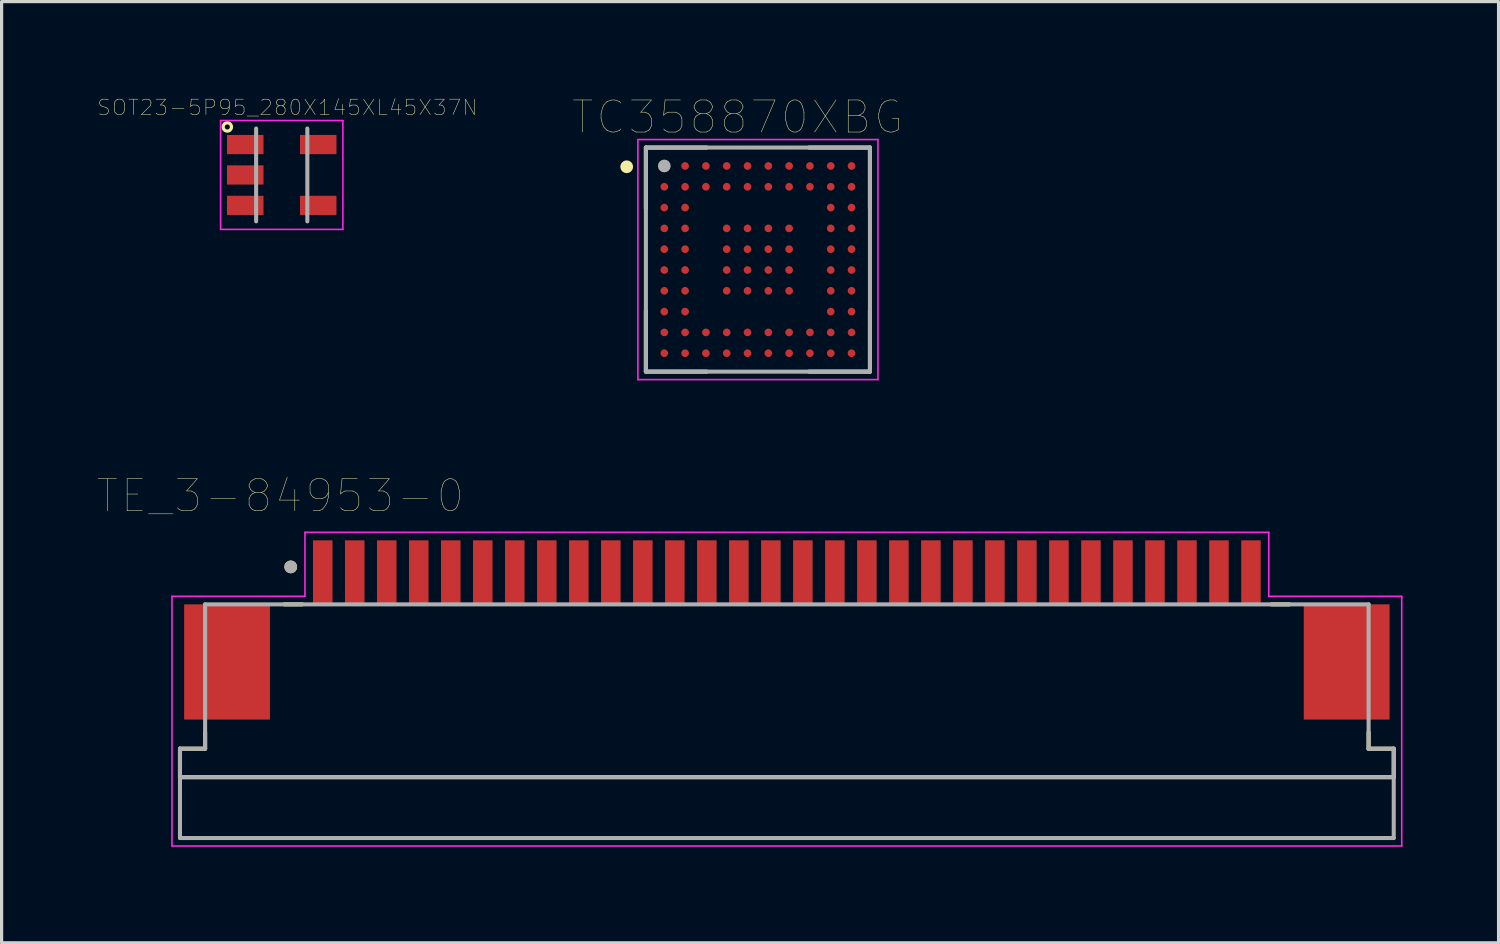
<source format=kicad_pcb>
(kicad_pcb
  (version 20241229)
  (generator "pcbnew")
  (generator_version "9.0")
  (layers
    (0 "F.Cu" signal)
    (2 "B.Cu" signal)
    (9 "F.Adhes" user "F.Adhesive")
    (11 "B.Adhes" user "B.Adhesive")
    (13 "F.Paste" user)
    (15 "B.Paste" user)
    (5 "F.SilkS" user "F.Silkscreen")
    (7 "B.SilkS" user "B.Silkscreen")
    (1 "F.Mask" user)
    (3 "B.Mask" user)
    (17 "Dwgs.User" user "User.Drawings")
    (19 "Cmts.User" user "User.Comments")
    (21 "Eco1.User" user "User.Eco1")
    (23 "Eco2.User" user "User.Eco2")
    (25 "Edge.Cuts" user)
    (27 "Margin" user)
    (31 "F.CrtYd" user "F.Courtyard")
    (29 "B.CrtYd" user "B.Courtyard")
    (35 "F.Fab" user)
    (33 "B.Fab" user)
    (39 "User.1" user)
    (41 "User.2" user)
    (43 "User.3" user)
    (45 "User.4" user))
  (footprint "TE_3-84953-0"
    (layer "F.Cu")
    (at 21.533 14.831)
    (property "Reference" "TE_3-84953-0" (at -15.825 -2.385 0) (layer "F.SilkS") (effects (font (size 1 1) (thickness 0.015))))
    (attr through_hole)
    (fp_line (start -18.96 6.4) (end -18.96 5.51) (stroke (width 0.127) (type solid)) (layer "F.SilkS"))
    (fp_line (start -18.175 5) (end -18.175 5.51) (stroke (width 0.127) (type solid)) (layer "F.SilkS"))
    (fp_line (start -18.175 5.51) (end -18.96 5.51) (stroke (width 0.127) (type solid)) (layer "F.SilkS"))
    (fp_line (start -15.7 1) (end -15.14 1) (stroke (width 0.127) (type solid)) (layer "F.SilkS"))
    (fp_line (start 15.14 1) (end 15.7 1) (stroke (width 0.127) (type solid)) (layer "F.SilkS"))
    (fp_line (start 18.175 5) (end 18.175 5.51) (stroke (width 0.127) (type solid)) (layer "F.SilkS"))
    (fp_line (start 18.96 5.51) (end 18.175 5.51) (stroke (width 0.127) (type solid)) (layer "F.SilkS"))
    (fp_line (start 18.96 5.51) (end 18.96 6.4) (stroke (width 0.127) (type solid)) (layer "F.SilkS"))
    (fp_line (start 18.96 6.4) (end -18.96 6.4) (stroke (width 0.127) (type solid)) (layer "F.SilkS"))
    (fp_circle (center -15.5 -0.17) (end -15.4 -0.17) (stroke (width 0.2) (type solid)) (fill no) (layer "F.SilkS"))
    (fp_line (start -19.21 0.75) (end -15.055 0.75) (stroke (width 0.05) (type solid)) (layer "F.CrtYd"))
    (fp_line (start -19.21 8.55) (end -19.21 0.75) (stroke (width 0.05) (type solid)) (layer "F.CrtYd"))
    (fp_line (start -15.055 -1.25) (end 15.055 -1.25) (stroke (width 0.05) (type solid)) (layer "F.CrtYd"))
    (fp_line (start -15.055 0.75) (end -15.055 -1.25) (stroke (width 0.05) (type solid)) (layer "F.CrtYd"))
    (fp_line (start 15.055 -1.25) (end 15.055 0.75) (stroke (width 0.05) (type solid)) (layer "F.CrtYd"))
    (fp_line (start 15.055 0.75) (end 19.21 0.75) (stroke (width 0.05) (type solid)) (layer "F.CrtYd"))
    (fp_line (start 19.21 0.75) (end 19.21 8.55) (stroke (width 0.05) (type solid)) (layer "F.CrtYd"))
    (fp_line (start 19.21 8.55) (end -19.21 8.55) (stroke (width 0.05) (type solid)) (layer "F.CrtYd"))
    (fp_line (start -18.96 5.51) (end -18.96 6.4) (stroke (width 0.127) (type solid)) (layer "F.Fab"))
    (fp_line (start -18.96 8.3) (end -18.96 6.4) (stroke (width 0.127) (type solid)) (layer "F.Fab"))
    (fp_line (start -18.175 1) (end -18.175 5.51) (stroke (width 0.127) (type solid)) (layer "F.Fab"))
    (fp_line (start -18.175 1) (end 18.175 1) (stroke (width 0.127) (type solid)) (layer "F.Fab"))
    (fp_line (start -18.175 5.51) (end -18.96 5.51) (stroke (width 0.127) (type solid)) (layer "F.Fab"))
    (fp_line (start 18.175 1) (end 18.175 5.51) (stroke (width 0.127) (type solid)) (layer "F.Fab"))
    (fp_line (start 18.96 5.51) (end 18.175 5.51) (stroke (width 0.127) (type solid)) (layer "F.Fab"))
    (fp_line (start 18.96 5.51) (end 18.96 6.4) (stroke (width 0.127) (type solid)) (layer "F.Fab"))
    (fp_line (start 18.96 6.4) (end -18.96 6.4) (stroke (width 0.127) (type solid)) (layer "F.Fab"))
    (fp_line (start 18.96 6.4) (end 18.96 8.3) (stroke (width 0.127) (type solid)) (layer "F.Fab"))
    (fp_line (start 18.96 8.3) (end -18.96 8.3) (stroke (width 0.127) (type solid)) (layer "F.Fab"))
    (fp_circle (center -15.5 -0.17) (end -15.4 -0.17) (stroke (width 0.2) (type solid)) (fill no) (layer "F.Fab"))
    (pad "1" smd rect (at -14.5 0) (size 0.61 2) (layers "F.Cu" "F.Mask" "F.Paste"))
    (pad "2" smd rect (at -13.5 0) (size 0.61 2) (layers "F.Cu" "F.Mask" "F.Paste"))
    (pad "3" smd rect (at -12.5 0) (size 0.61 2) (layers "F.Cu" "F.Mask" "F.Paste"))
    (pad "4" smd rect (at -11.5 0) (size 0.61 2) (layers "F.Cu" "F.Mask" "F.Paste"))
    (pad "5" smd rect (at -10.5 0) (size 0.61 2) (layers "F.Cu" "F.Mask" "F.Paste"))
    (pad "6" smd rect (at -9.5 0) (size 0.61 2) (layers "F.Cu" "F.Mask" "F.Paste"))
    (pad "7" smd rect (at -8.5 0) (size 0.61 2) (layers "F.Cu" "F.Mask" "F.Paste"))
    (pad "8" smd rect (at -7.5 0) (size 0.61 2) (layers "F.Cu" "F.Mask" "F.Paste"))
    (pad "9" smd rect (at -6.5 0) (size 0.61 2) (layers "F.Cu" "F.Mask" "F.Paste"))
    (pad "10" smd rect (at -5.5 0) (size 0.61 2) (layers "F.Cu" "F.Mask" "F.Paste"))
    (pad "11" smd rect (at -4.5 0) (size 0.61 2) (layers "F.Cu" "F.Mask" "F.Paste"))
    (pad "12" smd rect (at -3.5 0) (size 0.61 2) (layers "F.Cu" "F.Mask" "F.Paste"))
    (pad "13" smd rect (at -2.5 0) (size 0.61 2) (layers "F.Cu" "F.Mask" "F.Paste"))
    (pad "14" smd rect (at -1.5 0) (size 0.61 2) (layers "F.Cu" "F.Mask" "F.Paste"))
    (pad "15" smd rect (at -0.5 0) (size 0.61 2) (layers "F.Cu" "F.Mask" "F.Paste"))
    (pad "16" smd rect (at 0.5 0) (size 0.61 2) (layers "F.Cu" "F.Mask" "F.Paste"))
    (pad "17" smd rect (at 1.5 0) (size 0.61 2) (layers "F.Cu" "F.Mask" "F.Paste"))
    (pad "18" smd rect (at 2.5 0) (size 0.61 2) (layers "F.Cu" "F.Mask" "F.Paste"))
    (pad "19" smd rect (at 3.5 0) (size 0.61 2) (layers "F.Cu" "F.Mask" "F.Paste"))
    (pad "20" smd rect (at 4.5 0) (size 0.61 2) (layers "F.Cu" "F.Mask" "F.Paste"))
    (pad "21" smd rect (at 5.5 0) (size 0.61 2) (layers "F.Cu" "F.Mask" "F.Paste"))
    (pad "22" smd rect (at 6.5 0) (size 0.61 2) (layers "F.Cu" "F.Mask" "F.Paste"))
    (pad "23" smd rect (at 7.5 0) (size 0.61 2) (layers "F.Cu" "F.Mask" "F.Paste"))
    (pad "24" smd rect (at 8.5 0) (size 0.61 2) (layers "F.Cu" "F.Mask" "F.Paste"))
    (pad "25" smd rect (at 9.5 0) (size 0.61 2) (layers "F.Cu" "F.Mask" "F.Paste"))
    (pad "26" smd rect (at 10.5 0) (size 0.61 2) (layers "F.Cu" "F.Mask" "F.Paste"))
    (pad "27" smd rect (at 11.5 0) (size 0.61 2) (layers "F.Cu" "F.Mask" "F.Paste"))
    (pad "28" smd rect (at 12.5 0) (size 0.61 2) (layers "F.Cu" "F.Mask" "F.Paste"))
    (pad "29" smd rect (at 13.5 0) (size 0.61 2) (layers "F.Cu" "F.Mask" "F.Paste"))
    (pad "30" smd rect (at 14.5 0) (size 0.61 2) (layers "F.Cu" "F.Mask" "F.Paste"))
    (pad "S1" smd rect (at -17.49 2.8) (size 2.68 3.6) (layers "F.Cu" "F.Mask" "F.Paste"))
    (pad "S2" smd rect (at 17.49 2.8) (size 2.68 3.6) (layers "F.Cu" "F.Mask" "F.Paste")))
  (footprint "SOT23-5P95_280X145XL45X37N"
    (layer "F.Cu")
    (at 5.752 2.416)
    (property "Reference" "SOT23-5P95_280X145XL45X37N" (at 0.174 -2.108 0) (layer "F.SilkS") (effects (font (size 0.481 0.481) (thickness 0.015))))
    (attr through_hole)
    (fp_circle (center -1.7 -1.5) (end -1.57 -1.5) (stroke (width 0.1) (type solid)) (fill no) (layer "F.SilkS"))
    (fp_line (start -1.91 -1.7) (end -1.91 1.7) (stroke (width 0.05) (type solid)) (layer "F.CrtYd"))
    (fp_line (start -1.91 1.7) (end 1.91 1.7) (stroke (width 0.05) (type solid)) (layer "F.CrtYd"))
    (fp_line (start 1.91 -1.7) (end -1.91 -1.7) (stroke (width 0.05) (type solid)) (layer "F.CrtYd"))
    (fp_line (start 1.91 1.7) (end 1.91 -1.7) (stroke (width 0.05) (type solid)) (layer "F.CrtYd"))
    (fp_line (start -0.8 -1.45) (end -0.8 1.45) (stroke (width 0.127) (type solid)) (layer "F.Fab"))
    (fp_line (start 0.8 1.45) (end 0.8 -1.45) (stroke (width 0.127) (type solid)) (layer "F.Fab"))
    (pad "1" smd rect (at -1.14 -0.95) (size 1.14 0.6) (layers "F.Cu" "F.Mask" "F.Paste"))
    (pad "2" smd rect (at -1.14 0) (size 1.14 0.6) (layers "F.Cu" "F.Mask" "F.Paste"))
    (pad "3" smd rect (at -1.14 0.95) (size 1.14 0.6) (layers "F.Cu" "F.Mask" "F.Paste"))
    (pad "4" smd rect (at 1.14 0.95) (size 1.14 0.6) (layers "F.Cu" "F.Mask" "F.Paste"))
    (pad "5" smd rect (at 1.14 -0.95) (size 1.14 0.6) (layers "F.Cu" "F.Mask" "F.Paste")))
  (footprint "TC358870XBG"
    (layer "F.Cu")
    (at 20.629 5.06)
    (property "Reference" "TC358870XBG" (at -0.635 -4.448 0) (layer "F.SilkS") (effects (font (size 1.001 1.001) (thickness 0.015))))
    (attr through_hole)
    (fp_line (start -3.5 -3.5) (end -3.5 -1.6) (stroke (width 0.127) (type solid)) (layer "F.SilkS"))
    (fp_line (start -3.5 1.6) (end -3.5 3.5) (stroke (width 0.127) (type solid)) (layer "F.SilkS"))
    (fp_line (start -3.5 3.5) (end -1.6 3.5) (stroke (width 0.127) (type solid)) (layer "F.SilkS"))
    (fp_line (start -1.6 -3.5) (end -3.5 -3.5) (stroke (width 0.127) (type solid)) (layer "F.SilkS"))
    (fp_line (start 1.6 -3.5) (end 3.5 -3.5) (stroke (width 0.127) (type solid)) (layer "F.SilkS"))
    (fp_line (start 1.6 3.5) (end 3.5 3.5) (stroke (width 0.127) (type solid)) (layer "F.SilkS"))
    (fp_line (start 3.5 -3.5) (end 3.5 -1.6) (stroke (width 0.127) (type solid)) (layer "F.SilkS"))
    (fp_line (start 3.5 3.5) (end 3.5 1.6) (stroke (width 0.127) (type solid)) (layer "F.SilkS"))
    (fp_circle (center -4.1 -2.9) (end -4 -2.9) (stroke (width 0.2) (type solid)) (fill no) (layer "F.SilkS"))
    (fp_line (start -3.75 -3.75) (end 3.75 -3.75) (stroke (width 0.05) (type solid)) (layer "F.CrtYd"))
    (fp_line (start -3.75 3.75) (end -3.75 -3.75) (stroke (width 0.05) (type solid)) (layer "F.CrtYd"))
    (fp_line (start 3.75 -3.75) (end 3.75 3.75) (stroke (width 0.05) (type solid)) (layer "F.CrtYd"))
    (fp_line (start 3.75 3.75) (end -3.75 3.75) (stroke (width 0.05) (type solid)) (layer "F.CrtYd"))
    (fp_line (start -3.5 -3.5) (end 3.5 -3.5) (stroke (width 0.127) (type solid)) (layer "F.Fab"))
    (fp_line (start -3.5 3.5) (end -3.5 -3.5) (stroke (width 0.127) (type solid)) (layer "F.Fab"))
    (fp_line (start 3.5 -3.5) (end 3.5 3.5) (stroke (width 0.127) (type solid)) (layer "F.Fab"))
    (fp_line (start 3.5 3.5) (end -3.5 3.5) (stroke (width 0.127) (type solid)) (layer "F.Fab"))
    (fp_circle (center -2.925 -2.925) (end -2.825 -2.925) (stroke (width 0.2) (type solid)) (fill no) (layer "F.Fab"))
    (pad "A1" smd circle (at -2.925 -2.925) (size 0.24 0.24) (layers "F.Cu" "F.Mask" "F.Paste"))
    (pad "A2" smd circle (at -2.275 -2.925) (size 0.24 0.24) (layers "F.Cu" "F.Mask" "F.Paste"))
    (pad "A3" smd circle (at -1.625 -2.925) (size 0.24 0.24) (layers "F.Cu" "F.Mask" "F.Paste"))
    (pad "A4" smd circle (at -0.975 -2.925) (size 0.24 0.24) (layers "F.Cu" "F.Mask" "F.Paste"))
    (pad "A5" smd circle (at -0.325 -2.925) (size 0.24 0.24) (layers "F.Cu" "F.Mask" "F.Paste"))
    (pad "A6" smd circle (at 0.325 -2.925) (size 0.24 0.24) (layers "F.Cu" "F.Mask" "F.Paste"))
    (pad "A7" smd circle (at 0.975 -2.925) (size 0.24 0.24) (layers "F.Cu" "F.Mask" "F.Paste"))
    (pad "A8" smd circle (at 1.625 -2.925) (size 0.24 0.24) (layers "F.Cu" "F.Mask" "F.Paste"))
    (pad "A9" smd circle (at 2.275 -2.925) (size 0.24 0.24) (layers "F.Cu" "F.Mask" "F.Paste"))
    (pad "A10" smd circle (at 2.925 -2.925) (size 0.24 0.24) (layers "F.Cu" "F.Mask" "F.Paste"))
    (pad "B1" smd circle (at -2.925 -2.275) (size 0.24 0.24) (layers "F.Cu" "F.Mask" "F.Paste"))
    (pad "B2" smd circle (at -2.275 -2.275) (size 0.24 0.24) (layers "F.Cu" "F.Mask" "F.Paste"))
    (pad "B3" smd circle (at -1.625 -2.275) (size 0.24 0.24) (layers "F.Cu" "F.Mask" "F.Paste"))
    (pad "B4" smd circle (at -0.975 -2.275) (size 0.24 0.24) (layers "F.Cu" "F.Mask" "F.Paste"))
    (pad "B5" smd circle (at -0.325 -2.275) (size 0.24 0.24) (layers "F.Cu" "F.Mask" "F.Paste"))
    (pad "B6" smd circle (at 0.325 -2.275) (size 0.24 0.24) (layers "F.Cu" "F.Mask" "F.Paste"))
    (pad "B7" smd circle (at 0.975 -2.275) (size 0.24 0.24) (layers "F.Cu" "F.Mask" "F.Paste"))
    (pad "B8" smd circle (at 1.625 -2.275) (size 0.24 0.24) (layers "F.Cu" "F.Mask" "F.Paste"))
    (pad "B9" smd circle (at 2.275 -2.275) (size 0.24 0.24) (layers "F.Cu" "F.Mask" "F.Paste"))
    (pad "B10" smd circle (at 2.925 -2.275) (size 0.24 0.24) (layers "F.Cu" "F.Mask" "F.Paste"))
    (pad "C1" smd circle (at -2.925 -1.625) (size 0.24 0.24) (layers "F.Cu" "F.Mask" "F.Paste"))
    (pad "C2" smd circle (at -2.275 -1.625) (size 0.24 0.24) (layers "F.Cu" "F.Mask" "F.Paste"))
    (pad "C9" smd circle (at 2.275 -1.625) (size 0.24 0.24) (layers "F.Cu" "F.Mask" "F.Paste"))
    (pad "C10" smd circle (at 2.925 -1.625) (size 0.24 0.24) (layers "F.Cu" "F.Mask" "F.Paste"))
    (pad "D1" smd circle (at -2.925 -0.975) (size 0.24 0.24) (layers "F.Cu" "F.Mask" "F.Paste"))
    (pad "D2" smd circle (at -2.275 -0.975) (size 0.24 0.24) (layers "F.Cu" "F.Mask" "F.Paste"))
    (pad "D4" smd circle (at -0.975 -0.975) (size 0.24 0.24) (layers "F.Cu" "F.Mask" "F.Paste"))
    (pad "D5" smd circle (at -0.325 -0.975) (size 0.24 0.24) (layers "F.Cu" "F.Mask" "F.Paste"))
    (pad "D6" smd circle (at 0.325 -0.975) (size 0.24 0.24) (layers "F.Cu" "F.Mask" "F.Paste"))
    (pad "D7" smd circle (at 0.975 -0.975) (size 0.24 0.24) (layers "F.Cu" "F.Mask" "F.Paste"))
    (pad "D9" smd circle (at 2.275 -0.975) (size 0.24 0.24) (layers "F.Cu" "F.Mask" "F.Paste"))
    (pad "D10" smd circle (at 2.925 -0.975) (size 0.24 0.24) (layers "F.Cu" "F.Mask" "F.Paste"))
    (pad "E1" smd circle (at -2.925 -0.325) (size 0.24 0.24) (layers "F.Cu" "F.Mask" "F.Paste"))
    (pad "E2" smd circle (at -2.275 -0.325) (size 0.24 0.24) (layers "F.Cu" "F.Mask" "F.Paste"))
    (pad "E4" smd circle (at -0.975 -0.325) (size 0.24 0.24) (layers "F.Cu" "F.Mask" "F.Paste"))
    (pad "E5" smd circle (at -0.325 -0.325) (size 0.24 0.24) (layers "F.Cu" "F.Mask" "F.Paste"))
    (pad "E6" smd circle (at 0.325 -0.325) (size 0.24 0.24) (layers "F.Cu" "F.Mask" "F.Paste"))
    (pad "E7" smd circle (at 0.975 -0.325) (size 0.24 0.24) (layers "F.Cu" "F.Mask" "F.Paste"))
    (pad "E9" smd circle (at 2.275 -0.325) (size 0.24 0.24) (layers "F.Cu" "F.Mask" "F.Paste"))
    (pad "E10" smd circle (at 2.925 -0.325) (size 0.24 0.24) (layers "F.Cu" "F.Mask" "F.Paste"))
    (pad "F1" smd circle (at -2.925 0.325) (size 0.24 0.24) (layers "F.Cu" "F.Mask" "F.Paste"))
    (pad "F2" smd circle (at -2.275 0.325) (size 0.24 0.24) (layers "F.Cu" "F.Mask" "F.Paste"))
    (pad "F4" smd circle (at -0.975 0.325) (size 0.24 0.24) (layers "F.Cu" "F.Mask" "F.Paste"))
    (pad "F5" smd circle (at -0.325 0.325) (size 0.24 0.24) (layers "F.Cu" "F.Mask" "F.Paste"))
    (pad "F6" smd circle (at 0.325 0.325) (size 0.24 0.24) (layers "F.Cu" "F.Mask" "F.Paste"))
    (pad "F7" smd circle (at 0.975 0.325) (size 0.24 0.24) (layers "F.Cu" "F.Mask" "F.Paste"))
    (pad "F9" smd circle (at 2.275 0.325) (size 0.24 0.24) (layers "F.Cu" "F.Mask" "F.Paste"))
    (pad "F10" smd circle (at 2.925 0.325) (size 0.24 0.24) (layers "F.Cu" "F.Mask" "F.Paste"))
    (pad "G1" smd circle (at -2.925 0.975) (size 0.24 0.24) (layers "F.Cu" "F.Mask" "F.Paste"))
    (pad "G2" smd circle (at -2.275 0.975) (size 0.24 0.24) (layers "F.Cu" "F.Mask" "F.Paste"))
    (pad "G4" smd circle (at -0.975 0.975) (size 0.24 0.24) (layers "F.Cu" "F.Mask" "F.Paste"))
    (pad "G5" smd circle (at -0.325 0.975) (size 0.24 0.24) (layers "F.Cu" "F.Mask" "F.Paste"))
    (pad "G6" smd circle (at 0.325 0.975) (size 0.24 0.24) (layers "F.Cu" "F.Mask" "F.Paste"))
    (pad "G7" smd circle (at 0.975 0.975) (size 0.24 0.24) (layers "F.Cu" "F.Mask" "F.Paste"))
    (pad "G9" smd circle (at 2.275 0.975) (size 0.24 0.24) (layers "F.Cu" "F.Mask" "F.Paste"))
    (pad "G10" smd circle (at 2.925 0.975) (size 0.24 0.24) (layers "F.Cu" "F.Mask" "F.Paste"))
    (pad "H1" smd circle (at -2.925 1.625) (size 0.24 0.24) (layers "F.Cu" "F.Mask" "F.Paste"))
    (pad "H2" smd circle (at -2.275 1.625) (size 0.24 0.24) (layers "F.Cu" "F.Mask" "F.Paste"))
    (pad "H9" smd circle (at 2.275 1.625) (size 0.24 0.24) (layers "F.Cu" "F.Mask" "F.Paste"))
    (pad "H10" smd circle (at 2.925 1.625) (size 0.24 0.24) (layers "F.Cu" "F.Mask" "F.Paste"))
    (pad "J1" smd circle (at -2.925 2.275) (size 0.24 0.24) (layers "F.Cu" "F.Mask" "F.Paste"))
    (pad "J2" smd circle (at -2.275 2.275) (size 0.24 0.24) (layers "F.Cu" "F.Mask" "F.Paste"))
    (pad "J3" smd circle (at -1.625 2.275) (size 0.24 0.24) (layers "F.Cu" "F.Mask" "F.Paste"))
    (pad "J4" smd circle (at -0.975 2.275) (size 0.24 0.24) (layers "F.Cu" "F.Mask" "F.Paste"))
    (pad "J5" smd circle (at -0.325 2.275) (size 0.24 0.24) (layers "F.Cu" "F.Mask" "F.Paste"))
    (pad "J6" smd circle (at 0.325 2.275) (size 0.24 0.24) (layers "F.Cu" "F.Mask" "F.Paste"))
    (pad "J7" smd circle (at 0.975 2.275) (size 0.24 0.24) (layers "F.Cu" "F.Mask" "F.Paste"))
    (pad "J8" smd circle (at 1.625 2.275) (size 0.24 0.24) (layers "F.Cu" "F.Mask" "F.Paste"))
    (pad "J9" smd circle (at 2.275 2.275) (size 0.24 0.24) (layers "F.Cu" "F.Mask" "F.Paste"))
    (pad "J10" smd circle (at 2.925 2.275) (size 0.24 0.24) (layers "F.Cu" "F.Mask" "F.Paste"))
    (pad "K1" smd circle (at -2.925 2.925) (size 0.24 0.24) (layers "F.Cu" "F.Mask" "F.Paste"))
    (pad "K2" smd circle (at -2.275 2.925) (size 0.24 0.24) (layers "F.Cu" "F.Mask" "F.Paste"))
    (pad "K3" smd circle (at -1.625 2.925) (size 0.24 0.24) (layers "F.Cu" "F.Mask" "F.Paste"))
    (pad "K4" smd circle (at -0.975 2.925) (size 0.24 0.24) (layers "F.Cu" "F.Mask" "F.Paste"))
    (pad "K5" smd circle (at -0.325 2.925) (size 0.24 0.24) (layers "F.Cu" "F.Mask" "F.Paste"))
    (pad "K6" smd circle (at 0.325 2.925) (size 0.24 0.24) (layers "F.Cu" "F.Mask" "F.Paste"))
    (pad "K7" smd circle (at 0.975 2.925) (size 0.24 0.24) (layers "F.Cu" "F.Mask" "F.Paste"))
    (pad "K8" smd circle (at 1.625 2.925) (size 0.24 0.24) (layers "F.Cu" "F.Mask" "F.Paste"))
    (pad "K9" smd circle (at 2.275 2.925) (size 0.24 0.24) (layers "F.Cu" "F.Mask" "F.Paste"))
    (pad "K10" smd circle (at 2.925 2.925) (size 0.24 0.24) (layers "F.Cu" "F.Mask" "F.Paste")))
  (gr_rect
    (start -3 -3)
    (end 43.768 26.406)
    (stroke (width 0.1) (type default))
    (fill no)
    (layer "Edge.Cuts")))
</source>
